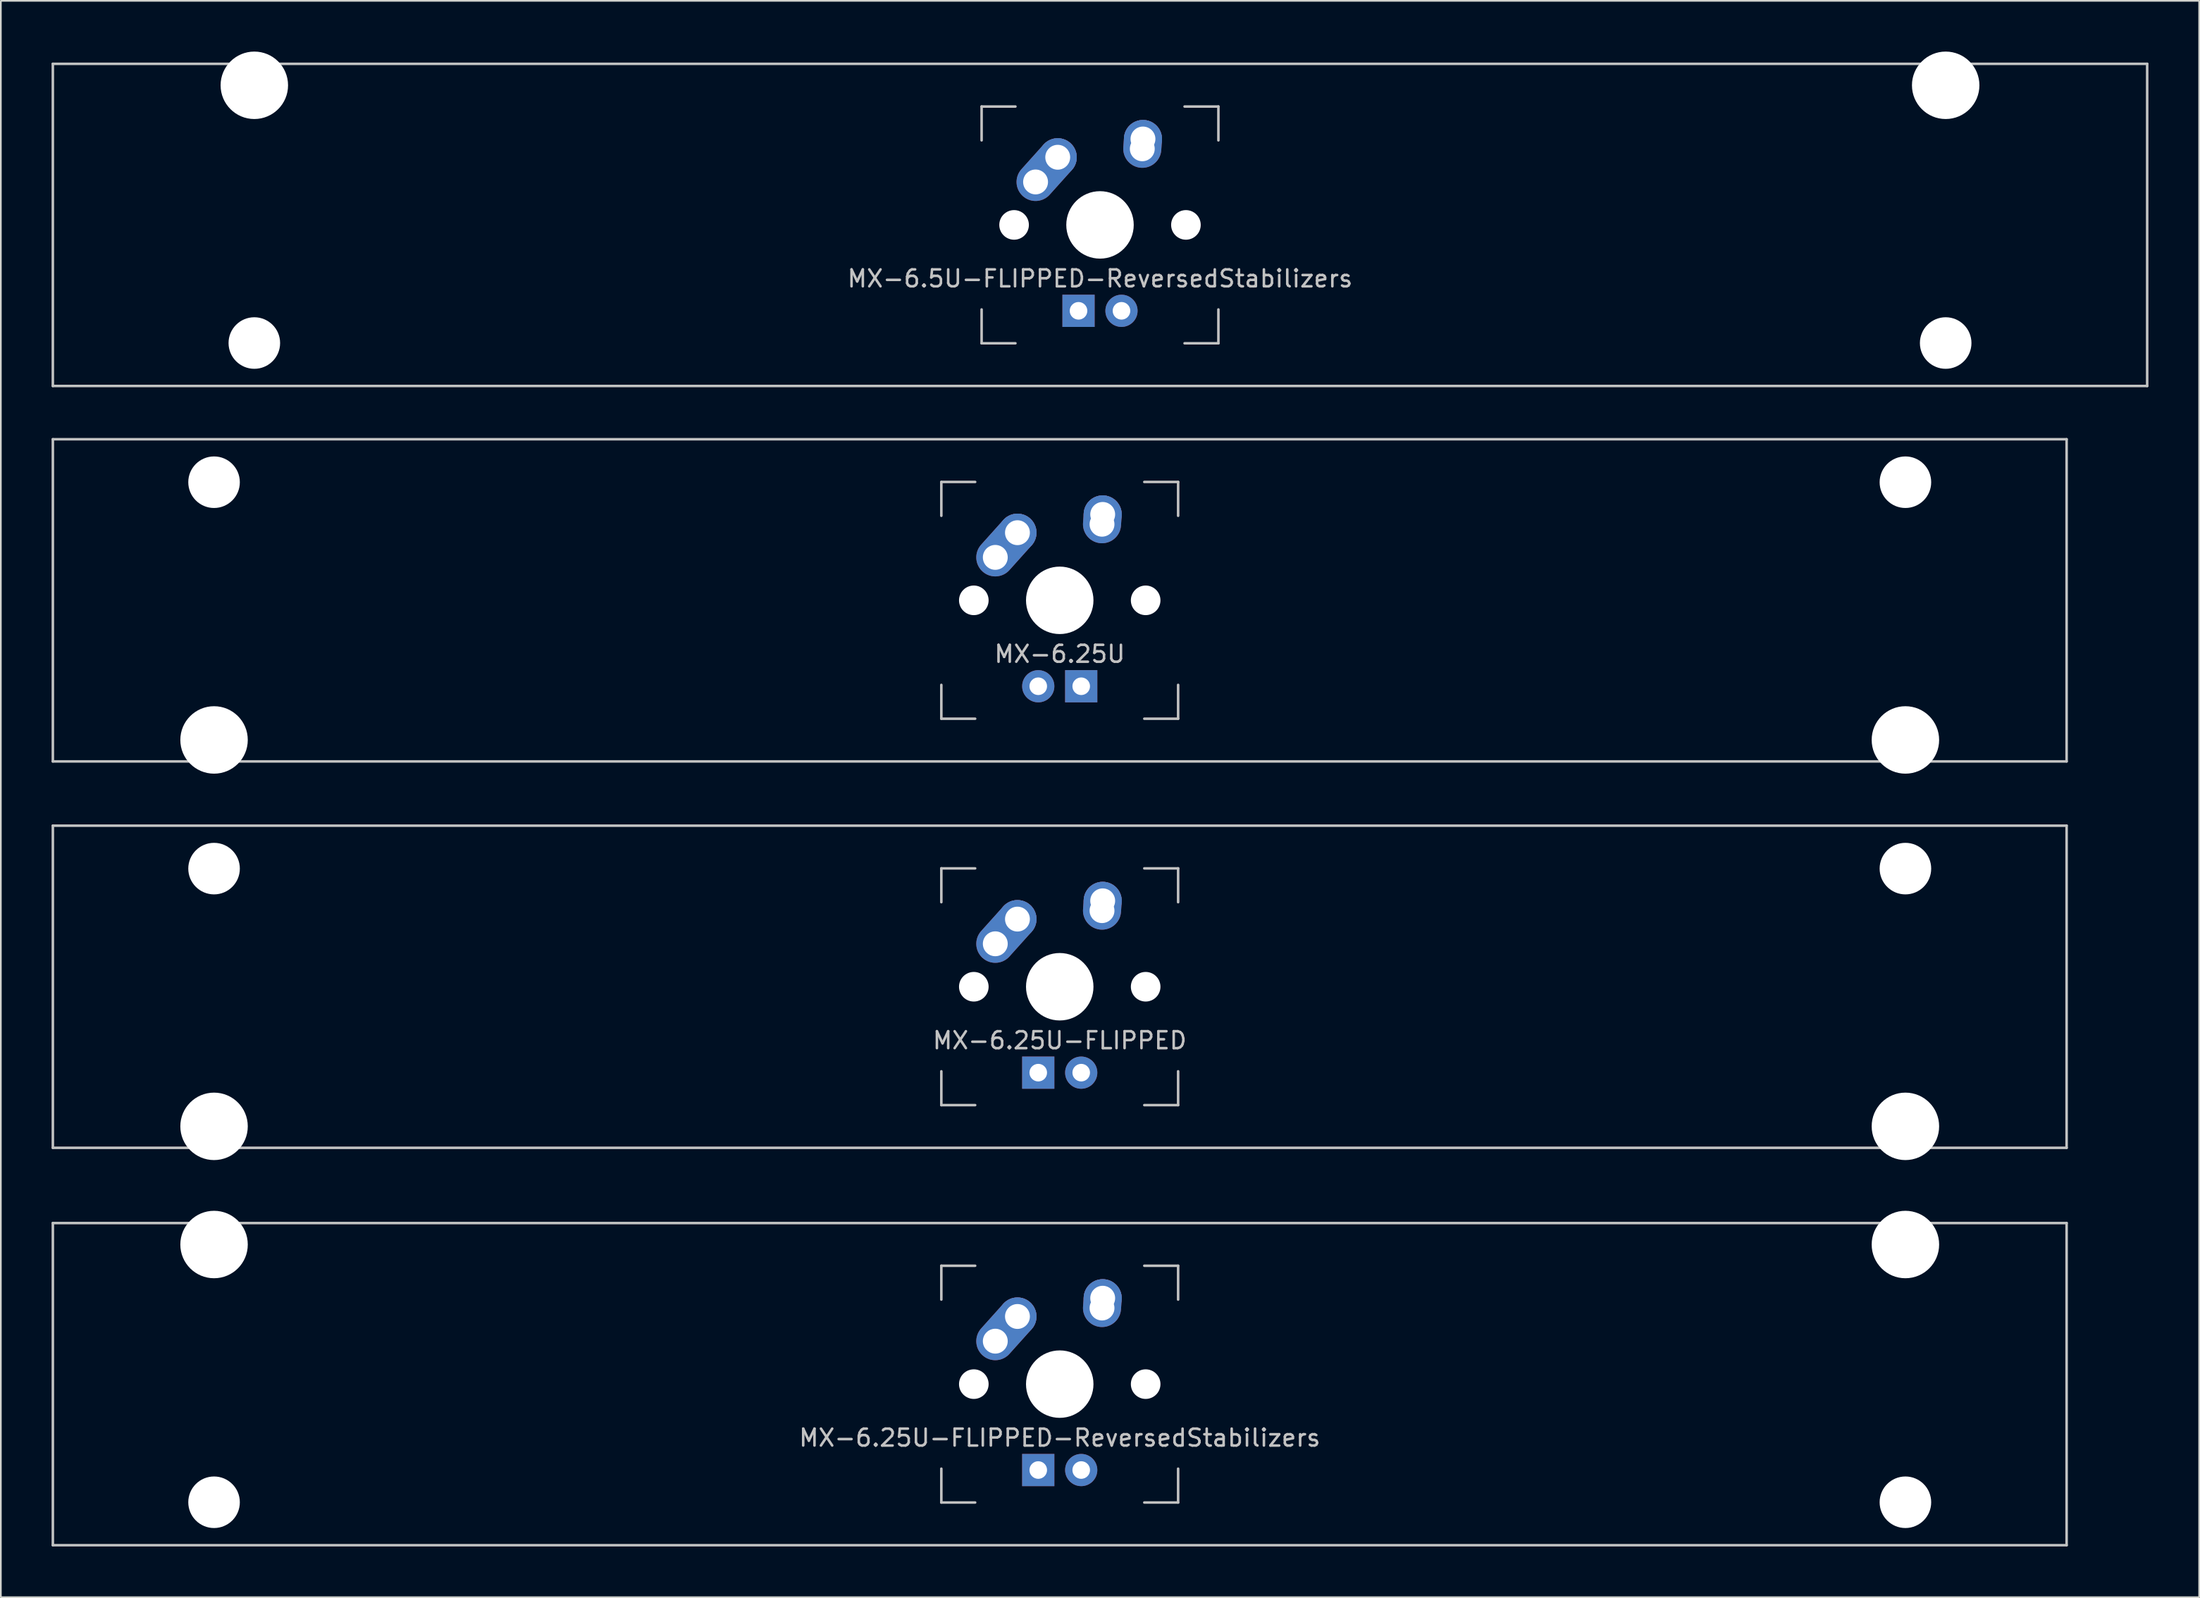
<source format=kicad_pcb>
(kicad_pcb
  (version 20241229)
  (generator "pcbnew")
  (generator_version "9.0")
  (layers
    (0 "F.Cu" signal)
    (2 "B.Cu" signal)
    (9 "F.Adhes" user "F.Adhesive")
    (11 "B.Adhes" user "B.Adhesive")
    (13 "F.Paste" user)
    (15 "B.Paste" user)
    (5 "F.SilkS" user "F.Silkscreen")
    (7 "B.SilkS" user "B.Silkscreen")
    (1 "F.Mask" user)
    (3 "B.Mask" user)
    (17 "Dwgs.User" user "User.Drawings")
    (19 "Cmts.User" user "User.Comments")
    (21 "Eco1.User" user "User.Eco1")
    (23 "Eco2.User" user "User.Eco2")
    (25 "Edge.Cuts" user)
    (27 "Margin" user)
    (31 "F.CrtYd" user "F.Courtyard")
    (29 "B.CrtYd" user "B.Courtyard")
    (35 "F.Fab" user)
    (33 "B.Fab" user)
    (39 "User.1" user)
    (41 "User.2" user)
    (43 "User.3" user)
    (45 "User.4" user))
  (footprint "MX-6.5U-FLIPPED-ReversedStabilizers"
    (layer "F.Cu")
    (at 61.987 10.249)
    (property "Reference" "MX-6.5U-FLIPPED-ReversedStabilizers" (at 0 3.175 0) (layer "Dwgs.User") (effects (font (size 1 1) (thickness 0.15))))
    (attr through_hole)
    (fp_line (start -61.913 -9.525) (end 61.913 -9.525) (stroke (width 0.15) (type solid)) (layer "Dwgs.User"))
    (fp_line (start -61.913 9.525) (end -61.913 -9.525) (stroke (width 0.15) (type solid)) (layer "Dwgs.User"))
    (fp_line (start -61.913 9.525) (end 61.913 9.525) (stroke (width 0.15) (type solid)) (layer "Dwgs.User"))
    (fp_line (start -7 -7) (end -7 -5) (stroke (width 0.15) (type solid)) (layer "Dwgs.User"))
    (fp_line (start -7 5) (end -7 7) (stroke (width 0.15) (type solid)) (layer "Dwgs.User"))
    (fp_line (start -7 7) (end -5 7) (stroke (width 0.15) (type solid)) (layer "Dwgs.User"))
    (fp_line (start -5 -7) (end -7 -7) (stroke (width 0.15) (type solid)) (layer "Dwgs.User"))
    (fp_line (start 5 -7) (end 7 -7) (stroke (width 0.15) (type solid)) (layer "Dwgs.User"))
    (fp_line (start 5 7) (end 7 7) (stroke (width 0.15) (type solid)) (layer "Dwgs.User"))
    (fp_line (start 7 -7) (end 7 -5) (stroke (width 0.15) (type solid)) (layer "Dwgs.User"))
    (fp_line (start 7 7) (end 7 5) (stroke (width 0.15) (type solid)) (layer "Dwgs.User"))
    (fp_line (start 61.913 -9.525) (end 61.913 9.525) (stroke (width 0.15) (type solid)) (layer "Dwgs.User"))
    (pad "" np_thru_hole circle (at -50 -8.255) (size 3.988 3.988) (drill 3.988) (layers "*.Cu" "*.Mask"))
    (pad "" np_thru_hole circle (at -50 6.985) (size 3.048 3.048) (drill 3.048) (layers "*.Cu" "*.Mask"))
    (pad "" np_thru_hole circle (at -5.08 0 48.1) (size 1.75 1.75) (drill 1.75) (layers "*.Cu" "*.Mask"))
    (pad "" np_thru_hole circle (at 0 0) (size 3.988 3.988) (drill 3.988) (layers "*.Cu" "*.Mask"))
    (pad "" np_thru_hole circle (at 5.08 0 48.1) (size 1.75 1.75) (drill 1.75) (layers "*.Cu" "*.Mask"))
    (pad "" np_thru_hole circle (at 50 -8.255) (size 3.988 3.988) (drill 3.988) (layers "*.Cu" "*.Mask"))
    (pad "" np_thru_hole circle (at 50 6.985) (size 3.048 3.048) (drill 3.048) (layers "*.Cu" "*.Mask"))
    (pad "1" thru_hole oval (at -3.81 -2.54 48.1) (size 4.212 2.25) (drill 1.47 (offset 0.981 0)) (layers "*.Cu" "B.Mask"))
    (pad "1" thru_hole circle (at -2.5 -4) (size 2.25 2.25) (drill 1.47) (layers "*.Cu" "B.Mask"))
    (pad "2" thru_hole oval (at 2.5 -4.5 86.055) (size 2.831 2.25) (drill 1.47 (offset 0.291 0)) (layers "*.Cu" "B.Mask"))
    (pad "2" thru_hole circle (at 2.54 -5.08) (size 2.25 2.25) (drill 1.47) (layers "*.Cu" "B.Mask"))
    (pad "3" thru_hole circle (at 1.27 5.08) (size 1.905 1.905) (drill 1.04) (layers "*.Cu" "B.Mask"))
    (pad "4" thru_hole rect (at -1.27 5.08) (size 1.905 1.905) (drill 1.04) (layers "*.Cu" "B.Mask")))
  (footprint "MX-6.25U-FLIPPED-ReversedStabilizers"
    (layer "F.Cu")
    (at 59.606 78.796)
    (property "Reference" "MX-6.25U-FLIPPED-ReversedStabilizers" (at 0 3.175 0) (layer "Dwgs.User") (effects (font (size 1 1) (thickness 0.15))))
    (attr through_hole)
    (fp_line (start -59.531 -9.525) (end 59.531 -9.525) (stroke (width 0.15) (type solid)) (layer "Dwgs.User"))
    (fp_line (start -59.531 9.525) (end -59.531 -9.525) (stroke (width 0.15) (type solid)) (layer "Dwgs.User"))
    (fp_line (start -59.531 9.525) (end 59.531 9.525) (stroke (width 0.15) (type solid)) (layer "Dwgs.User"))
    (fp_line (start -7 -7) (end -7 -5) (stroke (width 0.15) (type solid)) (layer "Dwgs.User"))
    (fp_line (start -7 5) (end -7 7) (stroke (width 0.15) (type solid)) (layer "Dwgs.User"))
    (fp_line (start -7 7) (end -5 7) (stroke (width 0.15) (type solid)) (layer "Dwgs.User"))
    (fp_line (start -5 -7) (end -7 -7) (stroke (width 0.15) (type solid)) (layer "Dwgs.User"))
    (fp_line (start 5 -7) (end 7 -7) (stroke (width 0.15) (type solid)) (layer "Dwgs.User"))
    (fp_line (start 5 7) (end 7 7) (stroke (width 0.15) (type solid)) (layer "Dwgs.User"))
    (fp_line (start 7 -7) (end 7 -5) (stroke (width 0.15) (type solid)) (layer "Dwgs.User"))
    (fp_line (start 7 7) (end 7 5) (stroke (width 0.15) (type solid)) (layer "Dwgs.User"))
    (fp_line (start 59.531 -9.525) (end 59.531 9.525) (stroke (width 0.15) (type solid)) (layer "Dwgs.User"))
    (pad "" np_thru_hole circle (at -50 -8.255) (size 3.988 3.988) (drill 3.988) (layers "*.Cu" "*.Mask"))
    (pad "" np_thru_hole circle (at -50 6.985) (size 3.048 3.048) (drill 3.048) (layers "*.Cu" "*.Mask"))
    (pad "" np_thru_hole circle (at -5.08 0 48.1) (size 1.75 1.75) (drill 1.75) (layers "*.Cu" "*.Mask"))
    (pad "" np_thru_hole circle (at 0 0) (size 3.988 3.988) (drill 3.988) (layers "*.Cu" "*.Mask"))
    (pad "" np_thru_hole circle (at 5.08 0 48.1) (size 1.75 1.75) (drill 1.75) (layers "*.Cu" "*.Mask"))
    (pad "" np_thru_hole circle (at 50 -8.255) (size 3.988 3.988) (drill 3.988) (layers "*.Cu" "*.Mask"))
    (pad "" np_thru_hole circle (at 50 6.985) (size 3.048 3.048) (drill 3.048) (layers "*.Cu" "*.Mask"))
    (pad "1" thru_hole oval (at -3.81 -2.54 48.1) (size 4.212 2.25) (drill 1.47 (offset 0.981 0)) (layers "*.Cu" "B.Mask"))
    (pad "1" thru_hole circle (at -2.5 -4) (size 2.25 2.25) (drill 1.47) (layers "*.Cu" "B.Mask"))
    (pad "2" thru_hole oval (at 2.5 -4.5 86.055) (size 2.831 2.25) (drill 1.47 (offset 0.291 0)) (layers "*.Cu" "B.Mask"))
    (pad "2" thru_hole circle (at 2.54 -5.08) (size 2.25 2.25) (drill 1.47) (layers "*.Cu" "B.Mask"))
    (pad "3" thru_hole circle (at 1.27 5.08) (size 1.905 1.905) (drill 1.04) (layers "*.Cu" "B.Mask"))
    (pad "4" thru_hole rect (at -1.27 5.08) (size 1.905 1.905) (drill 1.04) (layers "*.Cu" "B.Mask")))
  (footprint "MX-6.25U-FLIPPED"
    (layer "F.Cu")
    (at 59.606 55.298)
    (property "Reference" "MX-6.25U-FLIPPED" (at 0 3.175 0) (layer "Dwgs.User") (effects (font (size 1 1) (thickness 0.15))))
    (attr through_hole)
    (fp_line (start -59.531 -9.525) (end 59.531 -9.525) (stroke (width 0.15) (type solid)) (layer "Dwgs.User"))
    (fp_line (start -59.531 9.525) (end -59.531 -9.525) (stroke (width 0.15) (type solid)) (layer "Dwgs.User"))
    (fp_line (start -59.531 9.525) (end 59.531 9.525) (stroke (width 0.15) (type solid)) (layer "Dwgs.User"))
    (fp_line (start -7 -7) (end -7 -5) (stroke (width 0.15) (type solid)) (layer "Dwgs.User"))
    (fp_line (start -7 5) (end -7 7) (stroke (width 0.15) (type solid)) (layer "Dwgs.User"))
    (fp_line (start -7 7) (end -5 7) (stroke (width 0.15) (type solid)) (layer "Dwgs.User"))
    (fp_line (start -5 -7) (end -7 -7) (stroke (width 0.15) (type solid)) (layer "Dwgs.User"))
    (fp_line (start 5 -7) (end 7 -7) (stroke (width 0.15) (type solid)) (layer "Dwgs.User"))
    (fp_line (start 5 7) (end 7 7) (stroke (width 0.15) (type solid)) (layer "Dwgs.User"))
    (fp_line (start 7 -7) (end 7 -5) (stroke (width 0.15) (type solid)) (layer "Dwgs.User"))
    (fp_line (start 7 7) (end 7 5) (stroke (width 0.15) (type solid)) (layer "Dwgs.User"))
    (fp_line (start 59.531 -9.525) (end 59.531 9.525) (stroke (width 0.15) (type solid)) (layer "Dwgs.User"))
    (pad "" np_thru_hole circle (at -50 -6.985) (size 3.048 3.048) (drill 3.048) (layers "*.Cu" "*.Mask"))
    (pad "" np_thru_hole circle (at -50 8.255) (size 3.988 3.988) (drill 3.988) (layers "*.Cu" "*.Mask"))
    (pad "" np_thru_hole circle (at -5.08 0 48.1) (size 1.75 1.75) (drill 1.75) (layers "*.Cu" "*.Mask"))
    (pad "" np_thru_hole circle (at 0 0) (size 3.988 3.988) (drill 3.988) (layers "*.Cu" "*.Mask"))
    (pad "" np_thru_hole circle (at 5.08 0 48.1) (size 1.75 1.75) (drill 1.75) (layers "*.Cu" "*.Mask"))
    (pad "" np_thru_hole circle (at 50 -6.985) (size 3.048 3.048) (drill 3.048) (layers "*.Cu" "*.Mask"))
    (pad "" np_thru_hole circle (at 50 8.255) (size 3.988 3.988) (drill 3.988) (layers "*.Cu" "*.Mask"))
    (pad "1" thru_hole oval (at -3.81 -2.54 48.1) (size 4.212 2.25) (drill 1.47 (offset 0.981 0)) (layers "*.Cu" "B.Mask"))
    (pad "1" thru_hole circle (at -2.5 -4) (size 2.25 2.25) (drill 1.47) (layers "*.Cu" "B.Mask"))
    (pad "2" thru_hole oval (at 2.5 -4.5 86.055) (size 2.831 2.25) (drill 1.47 (offset 0.291 0)) (layers "*.Cu" "B.Mask"))
    (pad "2" thru_hole circle (at 2.54 -5.08) (size 2.25 2.25) (drill 1.47) (layers "*.Cu" "B.Mask"))
    (pad "3" thru_hole circle (at 1.27 5.08) (size 1.905 1.905) (drill 1.04) (layers "*.Cu" "B.Mask"))
    (pad "4" thru_hole rect (at -1.27 5.08) (size 1.905 1.905) (drill 1.04) (layers "*.Cu" "B.Mask")))
  (footprint "MX-6.25U"
    (layer "F.Cu")
    (at 59.606 32.449)
    (property "Reference" "MX-6.25U" (at 0 3.175 0) (layer "Dwgs.User") (effects (font (size 1 1) (thickness 0.15))))
    (attr through_hole)
    (fp_line (start -59.531 -9.525) (end 59.531 -9.525) (stroke (width 0.15) (type solid)) (layer "Dwgs.User"))
    (fp_line (start -59.531 9.525) (end -59.531 -9.525) (stroke (width 0.15) (type solid)) (layer "Dwgs.User"))
    (fp_line (start -59.531 9.525) (end 59.531 9.525) (stroke (width 0.15) (type solid)) (layer "Dwgs.User"))
    (fp_line (start -7 -7) (end -7 -5) (stroke (width 0.15) (type solid)) (layer "Dwgs.User"))
    (fp_line (start -7 5) (end -7 7) (stroke (width 0.15) (type solid)) (layer "Dwgs.User"))
    (fp_line (start -7 7) (end -5 7) (stroke (width 0.15) (type solid)) (layer "Dwgs.User"))
    (fp_line (start -5 -7) (end -7 -7) (stroke (width 0.15) (type solid)) (layer "Dwgs.User"))
    (fp_line (start 5 -7) (end 7 -7) (stroke (width 0.15) (type solid)) (layer "Dwgs.User"))
    (fp_line (start 5 7) (end 7 7) (stroke (width 0.15) (type solid)) (layer "Dwgs.User"))
    (fp_line (start 7 -7) (end 7 -5) (stroke (width 0.15) (type solid)) (layer "Dwgs.User"))
    (fp_line (start 7 7) (end 7 5) (stroke (width 0.15) (type solid)) (layer "Dwgs.User"))
    (fp_line (start 59.531 -9.525) (end 59.531 9.525) (stroke (width 0.15) (type solid)) (layer "Dwgs.User"))
    (pad "" np_thru_hole circle (at -50 -6.985) (size 3.048 3.048) (drill 3.048) (layers "*.Cu" "*.Mask"))
    (pad "" np_thru_hole circle (at -50 8.255) (size 3.988 3.988) (drill 3.988) (layers "*.Cu" "*.Mask"))
    (pad "" np_thru_hole circle (at -5.08 0 48.1) (size 1.75 1.75) (drill 1.75) (layers "*.Cu" "*.Mask"))
    (pad "" np_thru_hole circle (at 0 0) (size 3.988 3.988) (drill 3.988) (layers "*.Cu" "*.Mask"))
    (pad "" np_thru_hole circle (at 5.08 0 48.1) (size 1.75 1.75) (drill 1.75) (layers "*.Cu" "*.Mask"))
    (pad "" np_thru_hole circle (at 50 -6.985) (size 3.048 3.048) (drill 3.048) (layers "*.Cu" "*.Mask"))
    (pad "" np_thru_hole circle (at 50 8.255) (size 3.988 3.988) (drill 3.988) (layers "*.Cu" "*.Mask"))
    (pad "1" thru_hole oval (at -3.81 -2.54 48.1) (size 4.212 2.25) (drill 1.47 (offset 0.981 0)) (layers "*.Cu" "B.Mask"))
    (pad "1" thru_hole circle (at -2.5 -4) (size 2.25 2.25) (drill 1.47) (layers "*.Cu" "B.Mask"))
    (pad "2" thru_hole oval (at 2.5 -4.5 86.055) (size 2.831 2.25) (drill 1.47 (offset 0.291 0)) (layers "*.Cu" "B.Mask"))
    (pad "2" thru_hole circle (at 2.54 -5.08) (size 2.25 2.25) (drill 1.47) (layers "*.Cu" "B.Mask"))
    (pad "3" thru_hole circle (at -1.27 5.08) (size 1.905 1.905) (drill 1.04) (layers "*.Cu" "B.Mask"))
    (pad "4" thru_hole rect (at 1.27 5.08) (size 1.905 1.905) (drill 1.04) (layers "*.Cu" "B.Mask")))
  (gr_rect
    (start -3 -3)
    (end 126.975 91.396)
    (stroke (width 0.1) (type default))
    (fill no)
    (layer "Edge.Cuts")))
</source>
